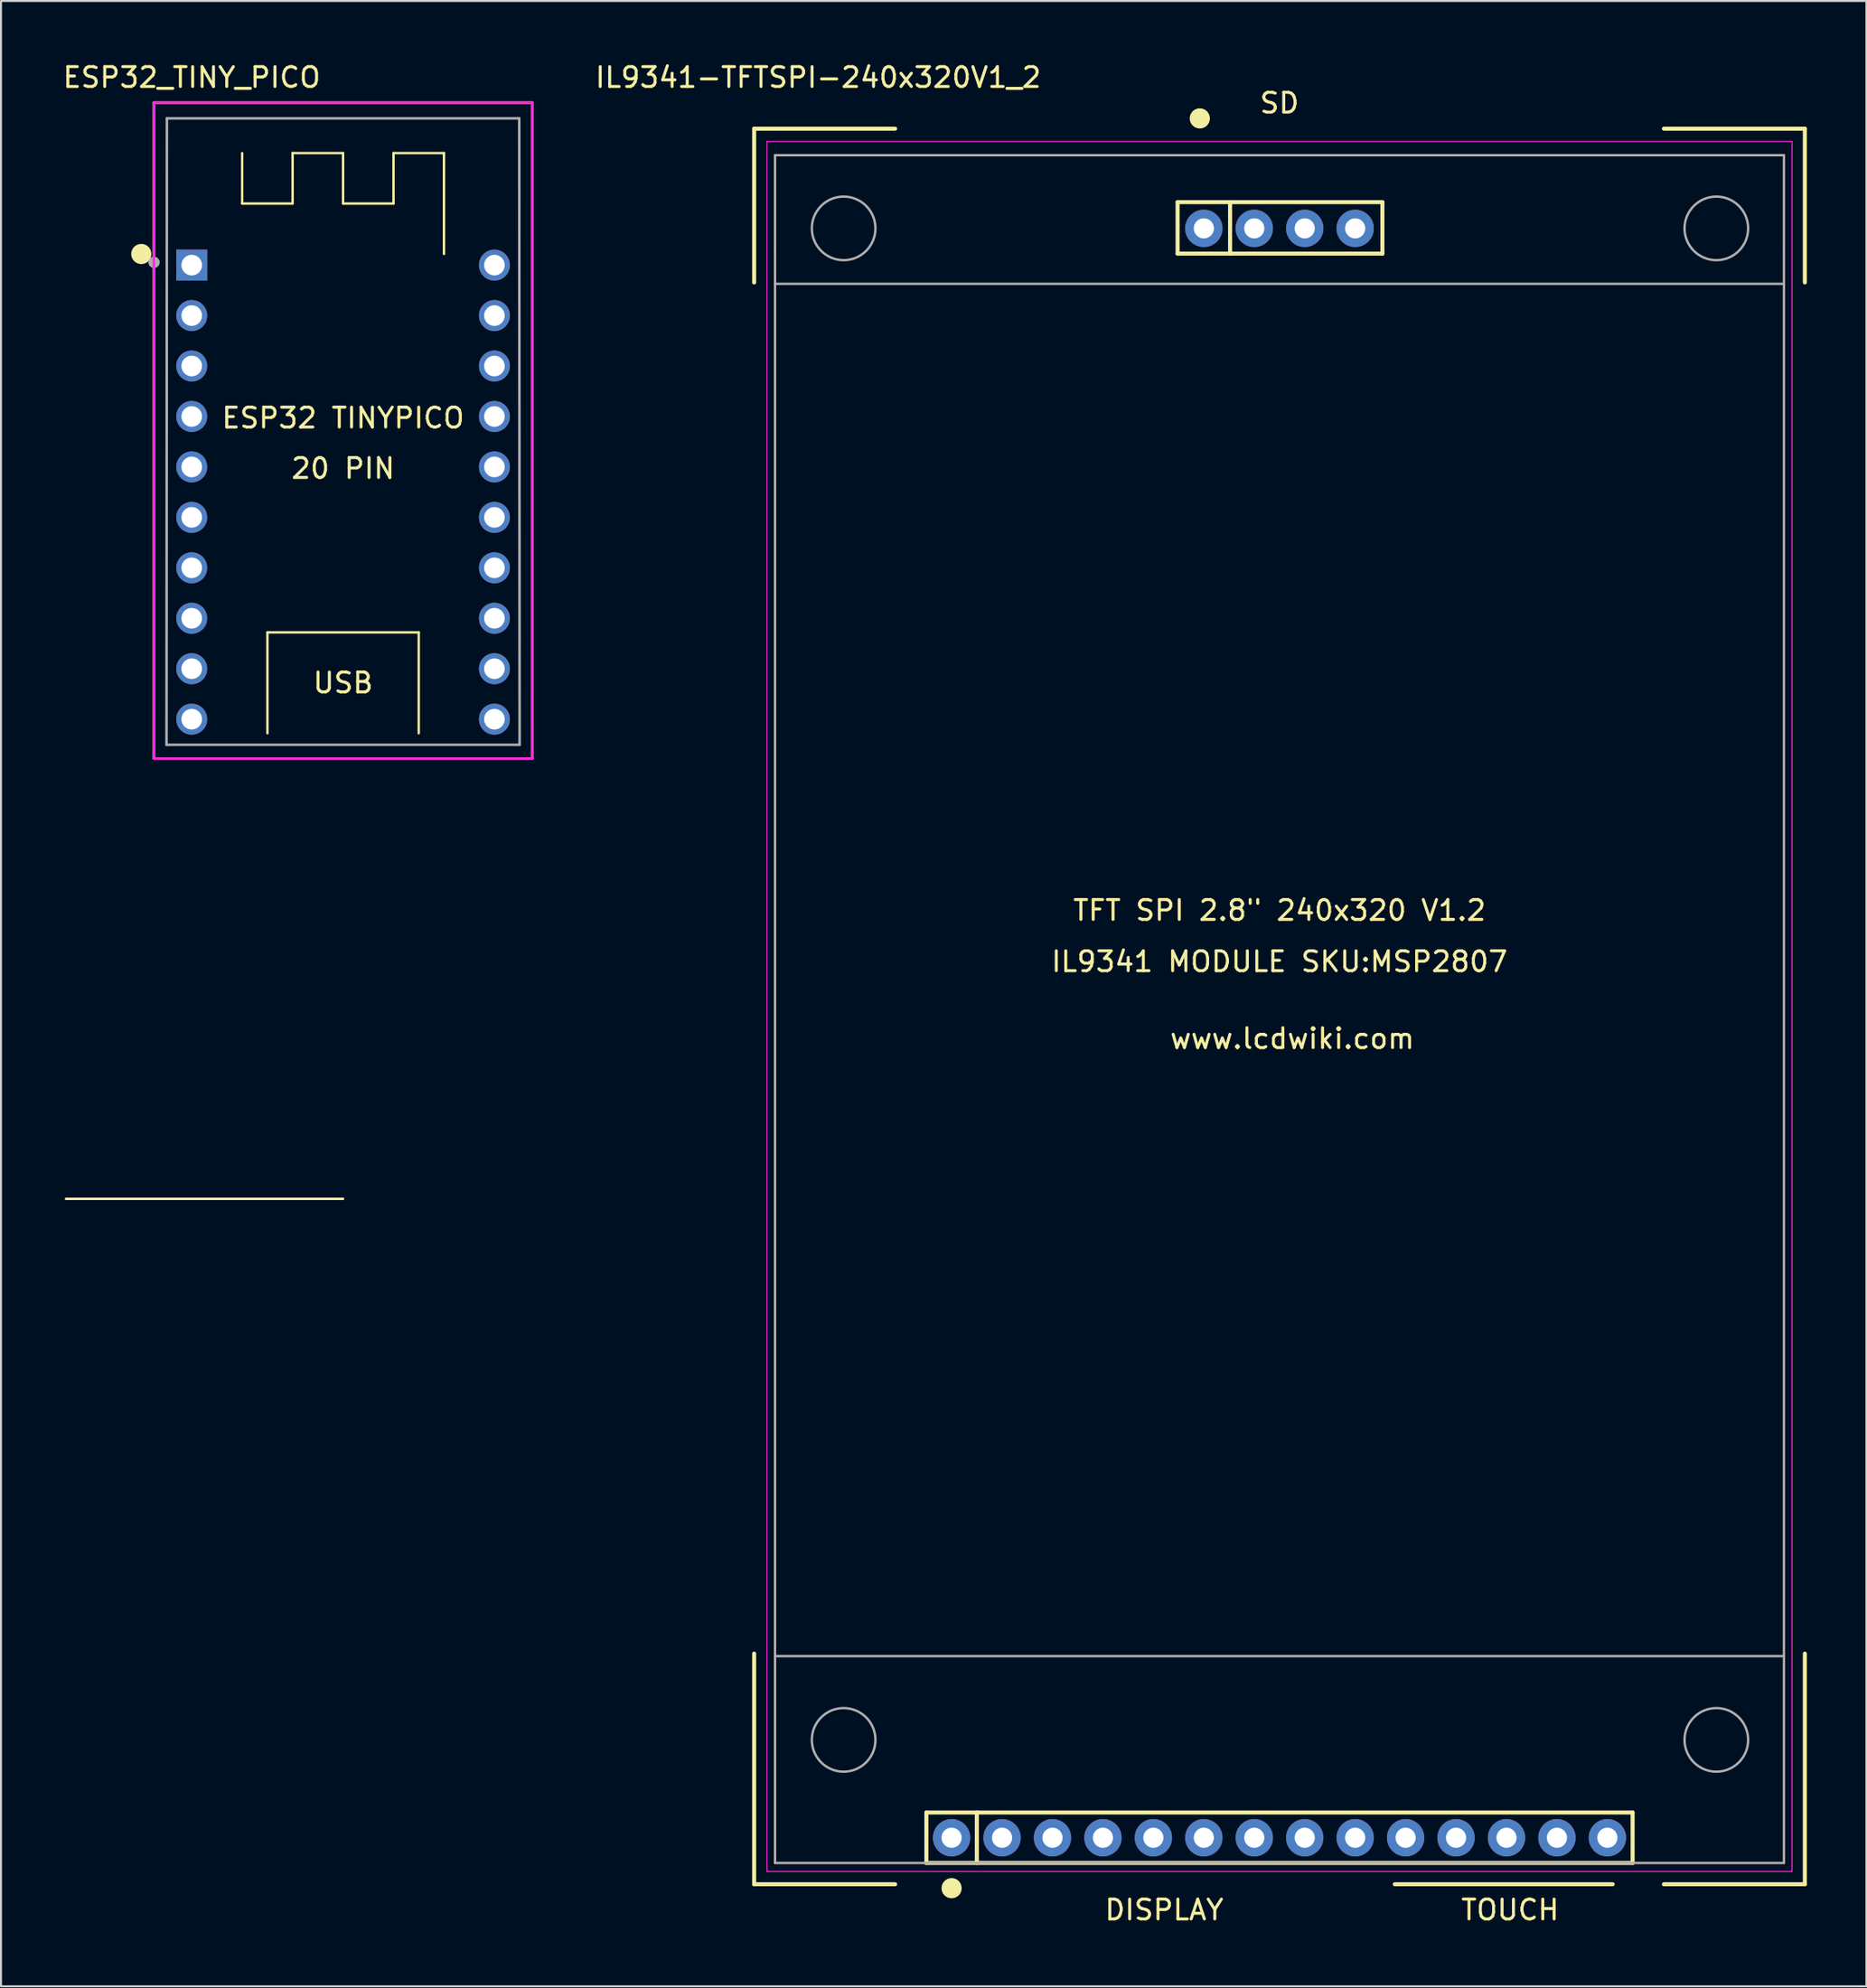
<source format=kicad_pcb>
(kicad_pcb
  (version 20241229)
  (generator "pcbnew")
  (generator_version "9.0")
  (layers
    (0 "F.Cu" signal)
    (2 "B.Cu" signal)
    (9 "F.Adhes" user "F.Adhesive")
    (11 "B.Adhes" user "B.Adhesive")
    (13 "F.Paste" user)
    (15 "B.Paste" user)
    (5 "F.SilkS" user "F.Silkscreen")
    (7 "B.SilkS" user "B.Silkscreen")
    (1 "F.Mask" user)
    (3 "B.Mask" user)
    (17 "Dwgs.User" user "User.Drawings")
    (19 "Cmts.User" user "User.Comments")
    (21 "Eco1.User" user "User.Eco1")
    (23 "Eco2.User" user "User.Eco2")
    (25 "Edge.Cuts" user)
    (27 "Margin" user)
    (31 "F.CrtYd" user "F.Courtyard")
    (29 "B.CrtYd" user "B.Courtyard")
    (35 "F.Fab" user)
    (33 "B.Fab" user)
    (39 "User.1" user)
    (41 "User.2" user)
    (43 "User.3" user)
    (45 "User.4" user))
  (footprint "IL9341-TFTSPI-240x320V1_2"
    (layer "F.Cu")
    (at 61.374 46.655)
    (property "Reference" "IL9341-TFTSPI-240x320V1_2" (at -23.226 -45.806 0) (layer "F.SilkS") (effects (font (size 1 1) (thickness 0.15))))
    (attr through_hole)
    (fp_line (start -26.452 -43.226) (end -19.355 -43.226) (stroke (width 0.203) (type solid)) (layer "F.SilkS"))
    (fp_line (start -26.452 -35.484) (end -26.452 -43.226) (stroke (width 0.203) (type solid)) (layer "F.SilkS"))
    (fp_line (start -26.452 45.161) (end -26.452 33.548) (stroke (width 0.203) (type solid)) (layer "F.SilkS"))
    (fp_line (start -19.355 45.161) (end -26.452 45.161) (stroke (width 0.203) (type solid)) (layer "F.SilkS"))
    (fp_line (start -17.78 41.549) (end 17.78 41.549) (stroke (width 0.203) (type solid)) (layer "F.SilkS"))
    (fp_line (start -17.78 44.089) (end -17.78 41.549) (stroke (width 0.203) (type solid)) (layer "F.SilkS"))
    (fp_line (start -15.24 41.549) (end -15.24 44.089) (stroke (width 0.203) (type solid)) (layer "F.SilkS"))
    (fp_line (start -5.131 -39.527) (end -5.131 -36.937) (stroke (width 0.203) (type solid)) (layer "F.SilkS"))
    (fp_line (start -5.131 -36.937) (end 5.182 -36.937) (stroke (width 0.203) (type solid)) (layer "F.SilkS"))
    (fp_line (start -2.489 -39.527) (end -2.489 -36.937) (stroke (width 0.203) (type solid)) (layer "F.SilkS"))
    (fp_line (start 5.182 -39.527) (end -5.131 -39.527) (stroke (width 0.203) (type solid)) (layer "F.SilkS"))
    (fp_line (start 5.182 -36.937) (end 5.182 -39.527) (stroke (width 0.203) (type solid)) (layer "F.SilkS"))
    (fp_line (start 5.806 45.161) (end 16.774 45.161) (stroke (width 0.203) (type solid)) (layer "F.SilkS"))
    (fp_line (start 17.78 41.549) (end 17.78 44.089) (stroke (width 0.203) (type solid)) (layer "F.SilkS"))
    (fp_line (start 17.78 44.089) (end -17.78 44.089) (stroke (width 0.203) (type solid)) (layer "F.SilkS"))
    (fp_line (start 19.355 45.161) (end 26.452 45.161) (stroke (width 0.203) (type solid)) (layer "F.SilkS"))
    (fp_line (start 26.452 -43.226) (end 19.355 -43.226) (stroke (width 0.203) (type solid)) (layer "F.SilkS"))
    (fp_line (start 26.452 -35.484) (end 26.452 -43.226) (stroke (width 0.203) (type solid)) (layer "F.SilkS"))
    (fp_line (start 26.452 45.161) (end 26.452 33.548) (stroke (width 0.203) (type solid)) (layer "F.SilkS"))
    (fp_circle (center -16.51 45.359) (end -16.256 45.359) (stroke (width 0.508) (type solid)) (fill no) (layer "F.SilkS"))
    (fp_circle (center -4.013 -43.744) (end -3.759 -43.744) (stroke (width 0.508) (type solid)) (fill no) (layer "F.SilkS"))
    (fp_line (start -25.806 -42.581) (end -25.806 44.516) (stroke (width 0.051) (type solid)) (layer "F.CrtYd"))
    (fp_line (start -25.806 44.516) (end 25.806 44.516) (stroke (width 0.051) (type solid)) (layer "F.CrtYd"))
    (fp_line (start 25.806 -42.581) (end -25.806 -42.581) (stroke (width 0.051) (type solid)) (layer "F.CrtYd"))
    (fp_line (start 25.806 44.516) (end 25.806 -42.581) (stroke (width 0.051) (type solid)) (layer "F.CrtYd"))
    (fp_line (start -25.4 -41.89) (end 25.4 -41.89) (stroke (width 0.12) (type solid)) (layer "F.Fab"))
    (fp_line (start -25.4 -37.191) (end -25.4 -41.89) (stroke (width 0.12) (type solid)) (layer "F.Fab"))
    (fp_line (start -25.4 -35.413) (end 25.4 -35.413) (stroke (width 0.12) (type solid)) (layer "F.Fab"))
    (fp_line (start -25.4 33.675) (end 25.4 33.675) (stroke (width 0.12) (type solid)) (layer "F.Fab"))
    (fp_line (start -25.4 44.089) (end -25.4 -37.191) (stroke (width 0.12) (type solid)) (layer "F.Fab"))
    (fp_line (start -25.4 44.089) (end 25.4 44.089) (stroke (width 0.12) (type solid)) (layer "F.Fab"))
    (fp_line (start 25.4 -37.191) (end 25.4 -41.89) (stroke (width 0.12) (type solid)) (layer "F.Fab"))
    (fp_line (start 25.4 -37.191) (end 25.4 44.089) (stroke (width 0.12) (type solid)) (layer "F.Fab"))
    (fp_circle (center -21.946 -38.207) (end -20.345 -38.207) (stroke (width 0.12) (type solid)) (fill no) (layer "F.Fab"))
    (fp_circle (center -21.946 37.892) (end -20.345 37.892) (stroke (width 0.12) (type solid)) (fill no) (layer "F.Fab"))
    (fp_circle (center 21.996 -38.207) (end 23.597 -38.207) (stroke (width 0.12) (type solid)) (fill no) (layer "F.Fab"))
    (fp_circle (center 21.996 37.892) (end 23.597 37.892) (stroke (width 0.12) (type solid)) (fill no) (layer "F.Fab"))
    (fp_text user "DISPLAY" (at -5.806 46.452 0) (layer "F.SilkS") (effects (font (size 1 1) (thickness 0.15))))
    (fp_text user "TOUCH" (at 11.613 46.452 0) (layer "F.SilkS") (effects (font (size 1 1) (thickness 0.15))))
    (fp_text user "SD" (at 0 -44.516 0) (layer "F.SilkS") (effects (font (size 1 1) (thickness 0.15))))
    (fp_text user "TFT SPI 2.8\" 240x320 V1.2" (at 0 -3.871 0) (layer "F.SilkS") (effects (font (size 1 1) (thickness 0.15))))
    (fp_text user "www.lcdwiki.com" (at 0.645 2.581 0) (layer "F.SilkS") (effects (font (size 1 1) (thickness 0.15))))
    (fp_text user "IL9341 MODULE SKU:MSP2807" (at 0 -1.29 0) (layer "F.SilkS") (effects (font (size 1 1) (thickness 0.15))))
    (pad "1" thru_hole circle (at -16.51 42.819) (size 1.88 1.88) (drill 1.016) (layers "*.Cu" "*.Mask"))
    (pad "2" thru_hole circle (at -13.97 42.819) (size 1.88 1.88) (drill 1.016) (layers "*.Cu" "*.Mask"))
    (pad "3" thru_hole circle (at -11.43 42.819) (size 1.88 1.88) (drill 1.016) (layers "*.Cu" "*.Mask"))
    (pad "4" thru_hole circle (at -8.89 42.819) (size 1.88 1.88) (drill 1.016) (layers "*.Cu" "*.Mask"))
    (pad "5" thru_hole circle (at -6.35 42.819) (size 1.88 1.88) (drill 1.016) (layers "*.Cu" "*.Mask"))
    (pad "6" thru_hole circle (at -3.81 42.819) (size 1.88 1.88) (drill 1.016) (layers "*.Cu" "*.Mask"))
    (pad "7" thru_hole circle (at -1.27 42.819) (size 1.88 1.88) (drill 1.016) (layers "*.Cu" "*.Mask"))
    (pad "8" thru_hole circle (at 1.27 42.819) (size 1.88 1.88) (drill 1.016) (layers "*.Cu" "*.Mask"))
    (pad "9" thru_hole circle (at 3.81 42.819) (size 1.88 1.88) (drill 1.016) (layers "*.Cu" "*.Mask"))
    (pad "10" thru_hole circle (at 6.35 42.819) (size 1.88 1.88) (drill 1.016) (layers "*.Cu" "*.Mask"))
    (pad "11" thru_hole circle (at 8.89 42.819) (size 1.88 1.88) (drill 1.016) (layers "*.Cu" "*.Mask"))
    (pad "12" thru_hole circle (at 11.43 42.819) (size 1.88 1.88) (drill 1.016) (layers "*.Cu" "*.Mask"))
    (pad "13" thru_hole circle (at 13.97 42.819) (size 1.88 1.88) (drill 1.016) (layers "*.Cu" "*.Mask"))
    (pad "14" thru_hole circle (at 16.51 42.819) (size 1.88 1.88) (drill 1.016) (layers "*.Cu" "*.Mask"))
    (pad "15" thru_hole circle (at -3.81 -38.207) (size 1.88 1.88) (drill 1.016) (layers "*.Cu" "*.Mask"))
    (pad "16" thru_hole circle (at -1.27 -38.207) (size 1.88 1.88) (drill 1.016) (layers "*.Cu" "*.Mask"))
    (pad "17" thru_hole circle (at 1.27 -38.207) (size 1.88 1.88) (drill 1.016) (layers "*.Cu" "*.Mask"))
    (pad "18" thru_hole circle (at 3.81 -38.207) (size 1.88 1.88) (drill 1.016) (layers "*.Cu" "*.Mask")))
  (footprint "ESP32_TINY_PICO"
    (layer "F.Cu")
    (at 14.224 30.058)
    (property "Reference" "ESP32_TINY_PICO" (at -7.62 -29.21 0) (layer "F.SilkS") (effects (font (size 1 1) (thickness 0.15))))
    (attr through_hole)
    (fp_line (start -9.525 -27.94) (end -9.525 5.08) (stroke (width 0.12) (type solid)) (layer "F.SilkS"))
    (fp_line (start -9.525 5.08) (end 9.525 5.08) (stroke (width 0.12) (type solid)) (layer "F.SilkS"))
    (fp_line (start -5.08 -22.86) (end -5.08 -25.4) (stroke (width 0.12) (type solid)) (layer "F.SilkS"))
    (fp_line (start -3.81 -1.27) (end 3.81 -1.27) (stroke (width 0.12) (type solid)) (layer "F.SilkS"))
    (fp_line (start -3.81 3.81) (end -3.81 -1.27) (stroke (width 0.12) (type solid)) (layer "F.SilkS"))
    (fp_line (start -2.54 -25.4) (end -2.54 -22.86) (stroke (width 0.12) (type solid)) (layer "F.SilkS"))
    (fp_line (start -2.54 -22.86) (end -5.08 -22.86) (stroke (width 0.12) (type solid)) (layer "F.SilkS"))
    (fp_line (start 0 -25.4) (end -2.54 -25.4) (stroke (width 0.12) (type solid)) (layer "F.SilkS"))
    (fp_line (start 0 -22.86) (end 0 -25.4) (stroke (width 0.12) (type solid)) (layer "F.SilkS"))
    (fp_line (start 0 27.25) (end -13.95 27.25) (stroke (width 0.127) (type solid)) (layer "F.SilkS"))
    (fp_line (start 2.54 -25.4) (end 2.54 -22.86) (stroke (width 0.12) (type solid)) (layer "F.SilkS"))
    (fp_line (start 2.54 -22.86) (end 0 -22.86) (stroke (width 0.12) (type solid)) (layer "F.SilkS"))
    (fp_line (start 3.81 -1.27) (end 3.81 3.81) (stroke (width 0.12) (type solid)) (layer "F.SilkS"))
    (fp_line (start 5.08 -25.4) (end 2.54 -25.4) (stroke (width 0.12) (type solid)) (layer "F.SilkS"))
    (fp_line (start 5.08 -20.32) (end 5.08 -25.4) (stroke (width 0.12) (type solid)) (layer "F.SilkS"))
    (fp_line (start 9.525 -27.94) (end -9.525 -27.94) (stroke (width 0.12) (type solid)) (layer "F.SilkS"))
    (fp_line (start 9.525 5.08) (end 9.525 -27.94) (stroke (width 0.12) (type solid)) (layer "F.SilkS"))
    (fp_circle (center -10.16 -20.32) (end -9.906 -20.32) (stroke (width 0.508) (type solid)) (fill no) (layer "F.SilkS"))
    (fp_line (start -9.525 -27.94) (end 9.525 -27.94) (stroke (width 0.12) (type solid)) (layer "F.CrtYd"))
    (fp_line (start -9.525 5.08) (end -9.525 -27.94) (stroke (width 0.12) (type solid)) (layer "F.CrtYd"))
    (fp_line (start 9.525 -27.94) (end 9.525 5.08) (stroke (width 0.12) (type solid)) (layer "F.CrtYd"))
    (fp_line (start 9.525 5.08) (end -9.525 5.08) (stroke (width 0.12) (type solid)) (layer "F.CrtYd"))
    (fp_line (start -8.89 4.39) (end -8.87 -27.15) (stroke (width 0.127) (type solid)) (layer "F.Fab"))
    (fp_line (start -8.87 -27.15) (end 8.87 -27.15) (stroke (width 0.127) (type solid)) (layer "F.Fab"))
    (fp_line (start 8.87 -27.15) (end 8.89 4.39) (stroke (width 0.127) (type solid)) (layer "F.Fab"))
    (fp_line (start 8.89 4.39) (end -8.89 4.39) (stroke (width 0.127) (type solid)) (layer "F.Fab"))
    (fp_circle (center -9.52 -19.9) (end -9.38 -19.9) (stroke (width 0.28) (type solid)) (fill no) (layer "F.Fab"))
    (fp_circle (center -9.52 -19.9) (end -9.38 -19.9) (stroke (width 0.28) (type solid)) (fill no) (layer "F.Fab"))
    (fp_text user "ESP32 TINYPICO" (at 0 -12.065 0) (layer "F.SilkS") (effects (font (size 1 1) (thickness 0.15))))
    (fp_text user "USB" (at 0 1.27 0) (layer "F.SilkS") (effects (font (size 1 1) (thickness 0.15))))
    (fp_text user "20 PIN" (at 0 -9.525 0) (layer "F.SilkS") (effects (font (size 1 1) (thickness 0.15))))
    (pad "1" thru_hole rect (at -7.62 -19.76) (size 1.56 1.56) (drill 1.04) (layers "*.Cu" "*.Mask"))
    (pad "2" thru_hole circle (at -7.62 -17.22) (size 1.56 1.56) (drill 1.04) (layers "*.Cu" "*.Mask"))
    (pad "3" thru_hole circle (at -7.62 -14.68) (size 1.56 1.56) (drill 1.04) (layers "*.Cu" "*.Mask"))
    (pad "4" thru_hole circle (at -7.62 -12.14) (size 1.56 1.56) (drill 1.04) (layers "*.Cu" "*.Mask"))
    (pad "5" thru_hole circle (at -7.62 -9.6) (size 1.56 1.56) (drill 1.04) (layers "*.Cu" "*.Mask"))
    (pad "6" thru_hole circle (at -7.62 -7.06) (size 1.56 1.56) (drill 1.04) (layers "*.Cu" "*.Mask"))
    (pad "7" thru_hole circle (at -7.62 -4.52) (size 1.56 1.56) (drill 1.04) (layers "*.Cu" "*.Mask"))
    (pad "8" thru_hole circle (at -7.62 -1.98) (size 1.56 1.56) (drill 1.04) (layers "*.Cu" "*.Mask"))
    (pad "9" thru_hole circle (at -7.62 0.56) (size 1.56 1.56) (drill 1.04) (layers "*.Cu" "*.Mask"))
    (pad "10" thru_hole circle (at -7.62 3.1) (size 1.56 1.56) (drill 1.04) (layers "*.Cu" "*.Mask"))
    (pad "11" thru_hole circle (at 7.62 -19.76) (size 1.56 1.56) (drill 1.04) (layers "*.Cu" "*.Mask"))
    (pad "12" thru_hole circle (at 7.62 -17.22) (size 1.56 1.56) (drill 1.04) (layers "*.Cu" "*.Mask"))
    (pad "13" thru_hole circle (at 7.62 -14.68) (size 1.56 1.56) (drill 1.04) (layers "*.Cu" "*.Mask"))
    (pad "14" thru_hole circle (at 7.62 -12.14) (size 1.56 1.56) (drill 1.04) (layers "*.Cu" "*.Mask"))
    (pad "15" thru_hole circle (at 7.62 -9.6) (size 1.56 1.56) (drill 1.04) (layers "*.Cu" "*.Mask"))
    (pad "16" thru_hole circle (at 7.62 -7.06) (size 1.56 1.56) (drill 1.04) (layers "*.Cu" "*.Mask"))
    (pad "17" thru_hole circle (at 7.62 -4.52) (size 1.56 1.56) (drill 1.04) (layers "*.Cu" "*.Mask"))
    (pad "18" thru_hole circle (at 7.62 -1.98) (size 1.56 1.56) (drill 1.04) (layers "*.Cu" "*.Mask"))
    (pad "19" thru_hole circle (at 7.62 0.56) (size 1.56 1.56) (drill 1.04) (layers "*.Cu" "*.Mask"))
    (pad "20" thru_hole circle (at 7.62 3.1) (size 1.56 1.56) (drill 1.04) (layers "*.Cu" "*.Mask")))
  (gr_rect
    (start -3 -3)
    (end 90.927 96.954)
    (stroke (width 0.1) (type default))
    (fill no)
    (layer "Edge.Cuts")))
</source>
